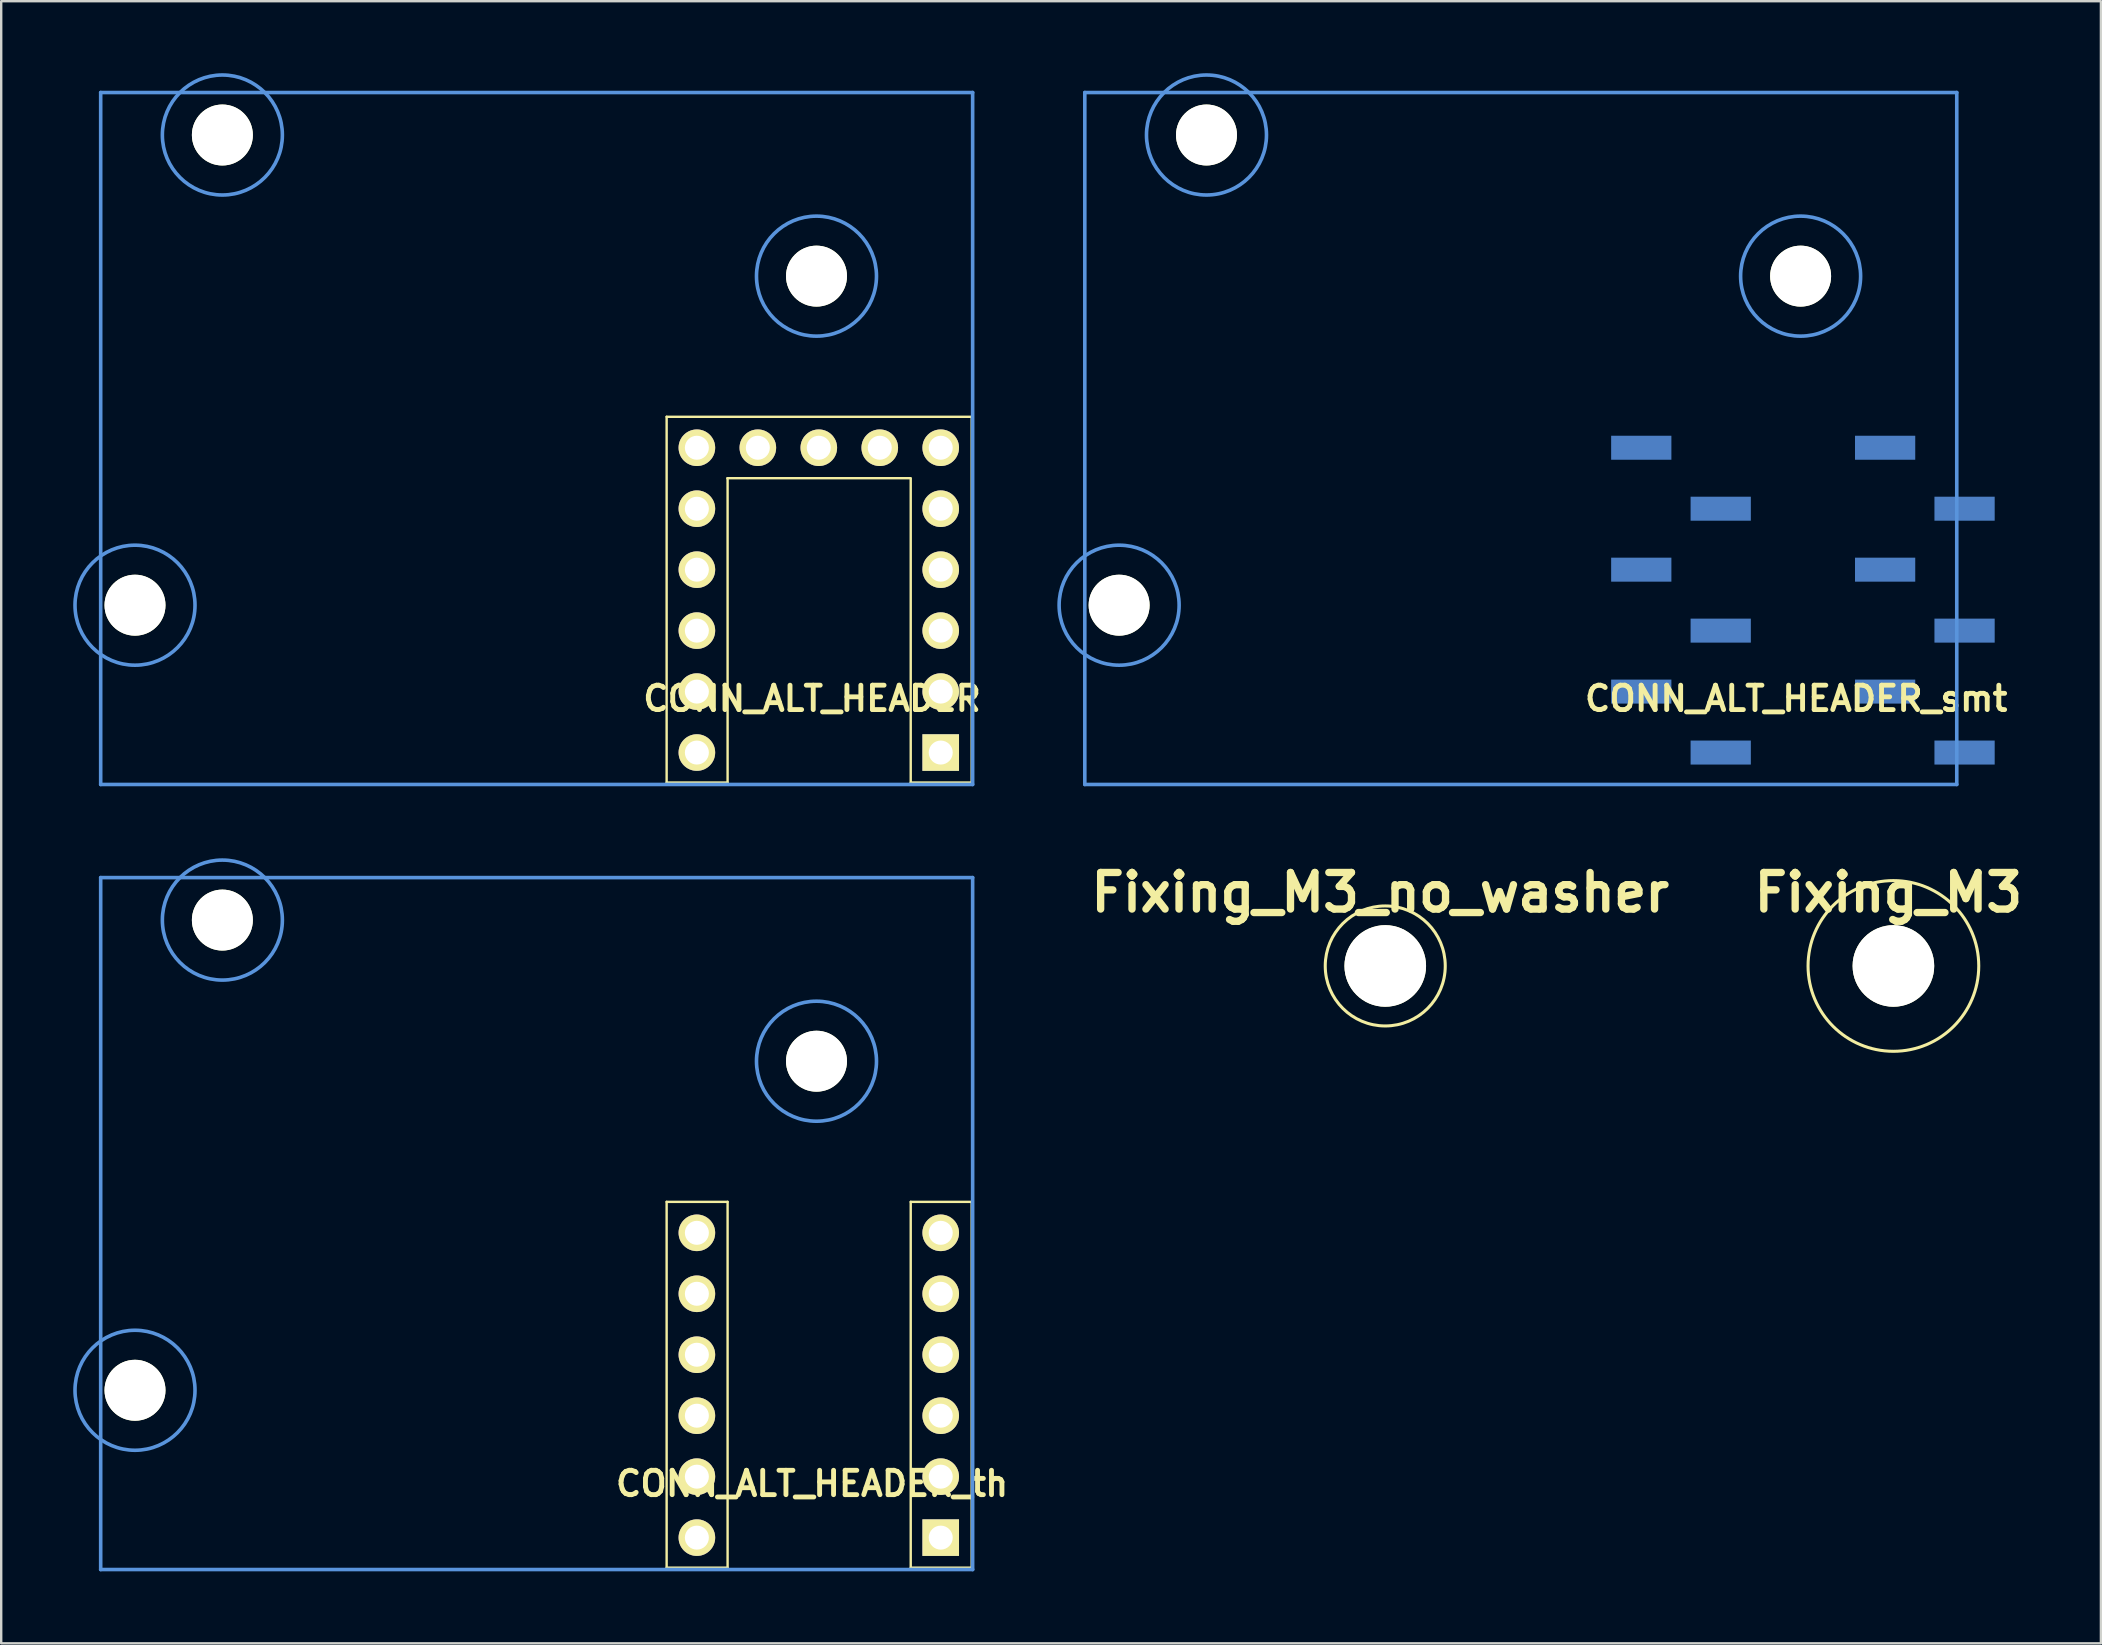
<source format=kicad_pcb>
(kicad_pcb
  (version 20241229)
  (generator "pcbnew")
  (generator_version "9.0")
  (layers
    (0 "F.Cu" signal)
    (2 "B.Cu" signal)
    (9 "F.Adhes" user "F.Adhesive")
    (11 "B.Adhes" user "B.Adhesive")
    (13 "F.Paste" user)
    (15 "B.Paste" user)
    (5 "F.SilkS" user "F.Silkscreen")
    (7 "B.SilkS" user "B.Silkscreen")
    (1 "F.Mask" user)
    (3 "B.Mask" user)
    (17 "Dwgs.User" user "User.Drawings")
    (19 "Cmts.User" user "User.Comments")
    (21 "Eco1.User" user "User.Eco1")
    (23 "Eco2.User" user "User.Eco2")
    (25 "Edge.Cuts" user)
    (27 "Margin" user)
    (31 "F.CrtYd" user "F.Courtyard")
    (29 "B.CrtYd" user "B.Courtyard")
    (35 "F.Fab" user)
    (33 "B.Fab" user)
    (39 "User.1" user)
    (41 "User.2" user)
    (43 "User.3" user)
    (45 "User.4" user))
  (footprint "Fixing_M3"
    (layer "F.Cu")
    (at 75.838 37.196)
    (property "Reference" "Fixing_M3" (at -0.21 -3.06 0) (layer "F.SilkS") (effects (font (size 1.524 1.524) (thickness 0.305))))
    (attr through_hole)
    (fp_circle (center 0 0) (end -3.556 0) (stroke (width 0.127) (type solid)) (fill no) (layer "F.SilkS"))
    (pad "" np_thru_hole circle (at 0 0) (size 3.4 3.4) (drill 3.4) (layers "*.Cu" "*.Mask" "F.SilkS")))
  (footprint "CONN_ALT_HEADER_smt"
    (layer "F.Cu")
    (at 77.148 28.305)
    (property "Reference" "CONN_ALT_HEADER_smt" (at -5.36 -2.25 180) (layer "F.SilkS") (effects (font (size 1.016 1.016) (thickness 0.203))))
    (attr through_hole)
    (fp_line (start -35 -27.5) (end 1.33 -27.5) (stroke (width 0.15) (type solid)) (layer "Cmts.User"))
    (fp_line (start -35 1.33) (end -35 -27.5) (stroke (width 0.15) (type solid)) (layer "Cmts.User"))
    (fp_line (start 1.33 -27.5) (end 1.33 1.33) (stroke (width 0.15) (type solid)) (layer "Cmts.User"))
    (fp_line (start 1.33 1.33) (end -35 1.33) (stroke (width 0.15) (type solid)) (layer "Cmts.User"))
    (fp_circle (center -33.57 -6.14) (end -33.57 -3.64) (stroke (width 0.15) (type solid)) (fill no) (layer "Cmts.User"))
    (fp_circle (center -29.93 -25.73) (end -29.93 -23.23) (stroke (width 0.15) (type solid)) (fill no) (layer "Cmts.User"))
    (fp_circle (center -5.176 -19.85) (end -5.176 -17.35) (stroke (width 0.15) (type solid)) (fill no) (layer "Cmts.User"))
    (pad "" np_thru_hole circle (at -33.57 -6.14 90) (size 2.54 2.54) (drill 2.54) (layers "*.Cu" "*.Mask" "F.SilkS"))
    (pad "" np_thru_hole circle (at -29.93 -25.73 90) (size 2.54 2.54) (drill 2.54) (layers "*.Cu" "*.Mask" "F.SilkS"))
    (pad "" np_thru_hole circle (at -5.176 -19.85 90) (size 2.54 2.54) (drill 2.54) (layers "*.Cu" "*.Mask" "F.SilkS"))
    (pad "1" smd rect (at 1.655 0) (size 2.51 1) (layers "B.Cu" "B.Mask" "B.Paste"))
    (pad "2" smd rect (at -1.655 -2.54) (size 2.51 1) (layers "B.Cu" "B.Mask" "B.Paste"))
    (pad "3" smd rect (at 1.655 -5.08) (size 2.51 1) (layers "B.Cu" "B.Mask" "B.Paste"))
    (pad "4" smd rect (at -1.655 -7.62) (size 2.51 1) (layers "B.Cu" "B.Mask" "B.Paste"))
    (pad "5" smd rect (at 1.655 -10.16) (size 2.51 1) (layers "B.Cu" "B.Mask" "B.Paste"))
    (pad "6" smd rect (at -1.655 -12.7) (size 2.51 1) (layers "B.Cu" "B.Mask" "B.Paste"))
    (pad "10" smd rect (at -11.815 -12.7) (size 2.51 1) (layers "B.Cu" "B.Mask" "B.Paste"))
    (pad "11" smd rect (at -8.505 -10.16) (size 2.51 1) (layers "B.Cu" "B.Mask" "B.Paste"))
    (pad "12" smd rect (at -11.815 -7.62) (size 2.51 1) (layers "B.Cu" "B.Mask" "B.Paste"))
    (pad "13" smd rect (at -8.505 -5.08) (size 2.51 1) (layers "B.Cu" "B.Mask" "B.Paste"))
    (pad "14" smd rect (at -11.815 -2.54) (size 2.51 1) (layers "B.Cu" "B.Mask" "B.Paste"))
    (pad "15" smd rect (at -8.505 0) (size 2.51 1) (layers "B.Cu" "B.Mask" "B.Paste")))
  (footprint "CONN_ALT_HEADER_th"
    (layer "F.Cu")
    (at 36.145 61.015)
    (property "Reference" "CONN_ALT_HEADER_th" (at -5.36 -2.25 180) (layer "F.SilkS") (effects (font (size 1.016 1.016) (thickness 0.203))))
    (attr through_hole)
    (fp_line (start -11.42 -13.99) (end -11.42 1.25) (stroke (width 0.1) (type solid)) (layer "F.SilkS"))
    (fp_line (start -11.42 1.25) (end -8.88 1.25) (stroke (width 0.1) (type solid)) (layer "F.SilkS"))
    (fp_line (start -8.88 -13.99) (end -11.42 -13.99) (stroke (width 0.1) (type solid)) (layer "F.SilkS"))
    (fp_line (start -8.88 -13.99) (end -8.88 1.25) (stroke (width 0.1) (type solid)) (layer "F.SilkS"))
    (fp_line (start -1.25 -13.99) (end -1.25 1.25) (stroke (width 0.1) (type solid)) (layer "F.SilkS"))
    (fp_line (start -1.25 1.25) (end 1.29 1.25) (stroke (width 0.1) (type solid)) (layer "F.SilkS"))
    (fp_line (start 1.29 -13.99) (end -1.25 -13.99) (stroke (width 0.1) (type solid)) (layer "F.SilkS"))
    (fp_line (start 1.29 -13.99) (end 1.29 1.25) (stroke (width 0.1) (type solid)) (layer "F.SilkS"))
    (fp_line (start -35 -27.5) (end 1.33 -27.5) (stroke (width 0.15) (type solid)) (layer "Cmts.User"))
    (fp_line (start -35 1.33) (end -35 -27.5) (stroke (width 0.15) (type solid)) (layer "Cmts.User"))
    (fp_line (start 1.33 -27.5) (end 1.33 1.33) (stroke (width 0.15) (type solid)) (layer "Cmts.User"))
    (fp_line (start 1.33 1.33) (end -35 1.33) (stroke (width 0.15) (type solid)) (layer "Cmts.User"))
    (fp_circle (center -33.57 -6.14) (end -33.57 -3.64) (stroke (width 0.15) (type solid)) (fill no) (layer "Cmts.User"))
    (fp_circle (center -29.93 -25.73) (end -29.93 -23.23) (stroke (width 0.15) (type solid)) (fill no) (layer "Cmts.User"))
    (fp_circle (center -5.176 -19.85) (end -5.176 -17.35) (stroke (width 0.15) (type solid)) (fill no) (layer "Cmts.User"))
    (pad "" np_thru_hole circle (at -33.57 -6.14 90) (size 2.54 2.54) (drill 2.54) (layers "*.Cu" "*.Mask" "F.SilkS"))
    (pad "" np_thru_hole circle (at -29.93 -25.73 90) (size 2.54 2.54) (drill 2.54) (layers "*.Cu" "*.Mask" "F.SilkS"))
    (pad "" np_thru_hole circle (at -5.176 -19.85 90) (size 2.54 2.54) (drill 2.54) (layers "*.Cu" "*.Mask" "F.SilkS"))
    (pad "1" thru_hole rect (at 0 0 90) (size 1.524 1.524) (drill 1) (layers "*.Cu" "*.Mask" "F.SilkS"))
    (pad "2" thru_hole circle (at 0 -2.54 90) (size 1.524 1.524) (drill 1) (layers "*.Cu" "*.Mask" "F.SilkS"))
    (pad "3" thru_hole circle (at 0 -5.08 90) (size 1.524 1.524) (drill 1) (layers "*.Cu" "*.Mask" "F.SilkS"))
    (pad "4" thru_hole circle (at 0 -7.62 90) (size 1.524 1.524) (drill 1) (layers "*.Cu" "*.Mask" "F.SilkS"))
    (pad "5" thru_hole circle (at 0 -10.16 90) (size 1.524 1.524) (drill 1) (layers "*.Cu" "*.Mask" "F.SilkS"))
    (pad "6" thru_hole circle (at 0 -12.7 90) (size 1.524 1.524) (drill 1) (layers "*.Cu" "*.Mask" "F.SilkS"))
    (pad "10" thru_hole circle (at -10.16 -12.7 90) (size 1.524 1.524) (drill 1) (layers "*.Cu" "*.Mask" "F.SilkS"))
    (pad "11" thru_hole circle (at -10.16 -10.16 90) (size 1.524 1.524) (drill 1) (layers "*.Cu" "*.Mask" "F.SilkS"))
    (pad "12" thru_hole circle (at -10.16 -7.62 90) (size 1.524 1.524) (drill 1) (layers "*.Cu" "*.Mask" "F.SilkS"))
    (pad "13" thru_hole circle (at -10.16 -5.08 90) (size 1.524 1.524) (drill 1) (layers "*.Cu" "*.Mask" "F.SilkS"))
    (pad "14" thru_hole circle (at -10.16 -2.54 90) (size 1.524 1.524) (drill 1) (layers "*.Cu" "*.Mask" "F.SilkS"))
    (pad "15" thru_hole circle (at -10.16 0 90) (size 1.524 1.524) (drill 1) (layers "*.Cu" "*.Mask" "F.SilkS")))
  (footprint "Fixing_M3_no_washer"
    (layer "F.Cu")
    (at 54.666 37.196)
    (property "Reference" "Fixing_M3_no_washer" (at -0.21 -3.06 0) (layer "F.SilkS") (effects (font (size 1.524 1.524) (thickness 0.305))))
    (attr through_hole)
    (fp_circle (center 0 0) (end -2.5 0) (stroke (width 0.127) (type solid)) (fill no) (layer "F.SilkS"))
    (pad "" np_thru_hole circle (at 0 0) (size 3.4 3.4) (drill 3.4) (layers "*.Cu" "*.Mask" "F.SilkS")))
  (footprint "CONN_ALT_HEADER"
    (layer "F.Cu")
    (at 36.145 28.305)
    (property "Reference" "CONN_ALT_HEADER" (at -5.36 -2.25 180) (layer "F.SilkS") (effects (font (size 1.016 1.016) (thickness 0.203))))
    (attr through_hole)
    (fp_line (start -11.42 -13.99) (end -11.42 1.25) (stroke (width 0.1) (type solid)) (layer "F.SilkS"))
    (fp_line (start -11.42 1.25) (end -8.88 1.25) (stroke (width 0.1) (type solid)) (layer "F.SilkS"))
    (fp_line (start -8.88 -11.43) (end -8.88 1.25) (stroke (width 0.1) (type solid)) (layer "F.SilkS"))
    (fp_line (start -1.27 -11.43) (end -8.89 -11.43) (stroke (width 0.1) (type solid)) (layer "F.SilkS"))
    (fp_line (start -1.25 -11.43) (end -1.25 1.25) (stroke (width 0.1) (type solid)) (layer "F.SilkS"))
    (fp_line (start -1.25 1.25) (end 1.29 1.25) (stroke (width 0.1) (type solid)) (layer "F.SilkS"))
    (fp_line (start 1.29 -13.99) (end -11.42 -13.99) (stroke (width 0.1) (type solid)) (layer "F.SilkS"))
    (fp_line (start 1.29 -13.99) (end 1.29 1.25) (stroke (width 0.1) (type solid)) (layer "F.SilkS"))
    (fp_line (start -35 -27.5) (end 1.33 -27.5) (stroke (width 0.15) (type solid)) (layer "Cmts.User"))
    (fp_line (start -35 1.33) (end -35 -27.5) (stroke (width 0.15) (type solid)) (layer "Cmts.User"))
    (fp_line (start 1.33 -27.5) (end 1.33 1.33) (stroke (width 0.15) (type solid)) (layer "Cmts.User"))
    (fp_line (start 1.33 1.33) (end -35 1.33) (stroke (width 0.15) (type solid)) (layer "Cmts.User"))
    (fp_circle (center -33.57 -6.14) (end -33.57 -3.64) (stroke (width 0.15) (type solid)) (fill no) (layer "Cmts.User"))
    (fp_circle (center -29.93 -25.73) (end -29.93 -23.23) (stroke (width 0.15) (type solid)) (fill no) (layer "Cmts.User"))
    (fp_circle (center -5.176 -19.85) (end -5.176 -17.35) (stroke (width 0.15) (type solid)) (fill no) (layer "Cmts.User"))
    (pad "" np_thru_hole circle (at -33.57 -6.14 90) (size 2.54 2.54) (drill 2.54) (layers "*.Cu" "*.Mask" "F.SilkS"))
    (pad "" np_thru_hole circle (at -29.93 -25.73 90) (size 2.54 2.54) (drill 2.54) (layers "*.Cu" "*.Mask" "F.SilkS"))
    (pad "" np_thru_hole circle (at -5.176 -19.85 90) (size 2.54 2.54) (drill 2.54) (layers "*.Cu" "*.Mask" "F.SilkS"))
    (pad "1" thru_hole rect (at 0 0 90) (size 1.524 1.524) (drill 1) (layers "*.Cu" "*.Mask" "F.SilkS"))
    (pad "2" thru_hole circle (at 0 -2.54 90) (size 1.524 1.524) (drill 1) (layers "*.Cu" "*.Mask" "F.SilkS"))
    (pad "3" thru_hole circle (at 0 -5.08 90) (size 1.524 1.524) (drill 1) (layers "*.Cu" "*.Mask" "F.SilkS"))
    (pad "4" thru_hole circle (at 0 -7.62 90) (size 1.524 1.524) (drill 1) (layers "*.Cu" "*.Mask" "F.SilkS"))
    (pad "5" thru_hole circle (at 0 -10.16 90) (size 1.524 1.524) (drill 1) (layers "*.Cu" "*.Mask" "F.SilkS"))
    (pad "6" thru_hole circle (at 0 -12.7 90) (size 1.524 1.524) (drill 1) (layers "*.Cu" "*.Mask" "F.SilkS"))
    (pad "7" thru_hole circle (at -2.54 -12.7 90) (size 1.524 1.524) (drill 1) (layers "*.Cu" "*.Mask" "F.SilkS"))
    (pad "8" thru_hole circle (at -5.08 -12.7 90) (size 1.524 1.524) (drill 1) (layers "*.Cu" "*.Mask" "F.SilkS"))
    (pad "9" thru_hole circle (at -7.62 -12.7 90) (size 1.524 1.524) (drill 1) (layers "*.Cu" "*.Mask" "F.SilkS"))
    (pad "10" thru_hole circle (at -10.16 -12.7 90) (size 1.524 1.524) (drill 1) (layers "*.Cu" "*.Mask" "F.SilkS"))
    (pad "11" thru_hole circle (at -10.16 -10.16 90) (size 1.524 1.524) (drill 1) (layers "*.Cu" "*.Mask" "F.SilkS"))
    (pad "12" thru_hole circle (at -10.16 -7.62 90) (size 1.524 1.524) (drill 1) (layers "*.Cu" "*.Mask" "F.SilkS"))
    (pad "13" thru_hole circle (at -10.16 -5.08 90) (size 1.524 1.524) (drill 1) (layers "*.Cu" "*.Mask" "F.SilkS"))
    (pad "14" thru_hole circle (at -10.16 -2.54 90) (size 1.524 1.524) (drill 1) (layers "*.Cu" "*.Mask" "F.SilkS"))
    (pad "15" thru_hole circle (at -10.16 0 90) (size 1.524 1.524) (drill 1) (layers "*.Cu" "*.Mask" "F.SilkS")))
  (gr_rect
    (start -3 -3)
    (end 84.484 65.42)
    (stroke (width 0.1) (type default))
    (fill no)
    (layer "Edge.Cuts")))
</source>
